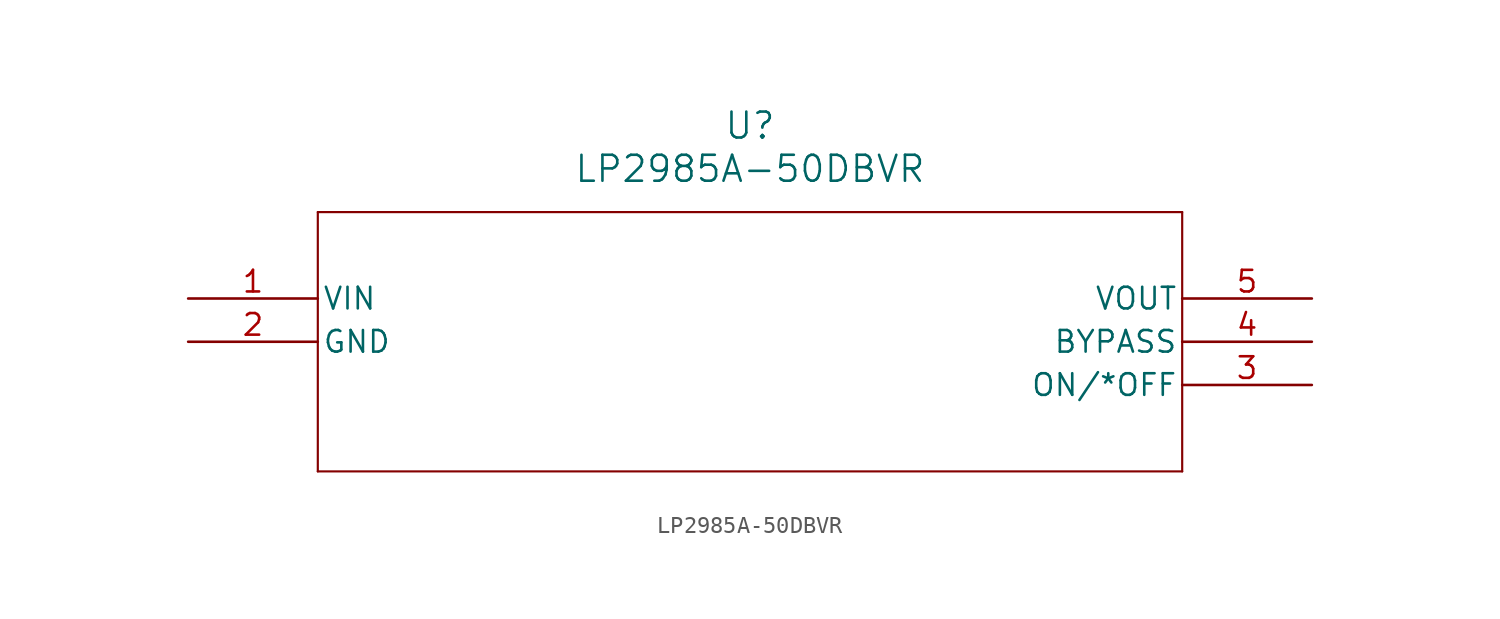
<source format=kicad_sym>
(kicad_symbol_lib
  (version 20211014)
  (generator kicad_symbol_editor)
  (symbol "LP2985A-50DBVR"
    (pin_names
      (offset 0.254))
    (property "Reference" "U"
      (at 33.02 10.16 0)
      (effects (font (size 1.524 1.524))))
    (property "Value" "LP2985A-50DBVR"
      (at 33.02 7.62 0)
      (effects (font (size 1.524 1.524))))
    (symbol "LP2985A-50DBVR_0_1"
      (polyline (pts (xy 7.62 5.08) (xy 7.62 -10.16)) (stroke (width 0.127) (type default) (color 0 0 0 0)) (fill (type none)))
      (polyline (pts (xy 7.62 -10.16) (xy 58.42 -10.16)) (stroke (width 0.127) (type default) (color 0 0 0 0)) (fill (type none)))
      (polyline (pts (xy 58.42 -10.16) (xy 58.42 5.08)) (stroke (width 0.127) (type default) (color 0 0 0 0)) (fill (type none)))
      (polyline (pts (xy 58.42 5.08) (xy 7.62 5.08)) (stroke (width 0.127) (type default) (color 0 0 0 0)) (fill (type none)))
      (pin input line (at 0 0 0) (length 7.62) (name "VIN" (effects (font (size 1.27 1.27)))) (number "1" (effects (font (size 1.27 1.27)))))
      (pin power_in line (at 0 -2.54 0) (length 7.62) (name "GND" (effects (font (size 1.27 1.27)))) (number "2" (effects (font (size 1.27 1.27)))))
      (pin unspecified line (at 66.04 -5.08 180) (length 7.62) (name "ON/*OFF" (effects (font (size 1.27 1.27)))) (number "3" (effects (font (size 1.27 1.27)))))
      (pin unspecified line (at 66.04 -2.54 180) (length 7.62) (name "BYPASS" (effects (font (size 1.27 1.27)))) (number "4" (effects (font (size 1.27 1.27)))))
      (pin output line (at 66.04 0 180) (length 7.62) (name "VOUT" (effects (font (size 1.27 1.27)))) (number "5" (effects (font (size 1.27 1.27))))))))
</source>
